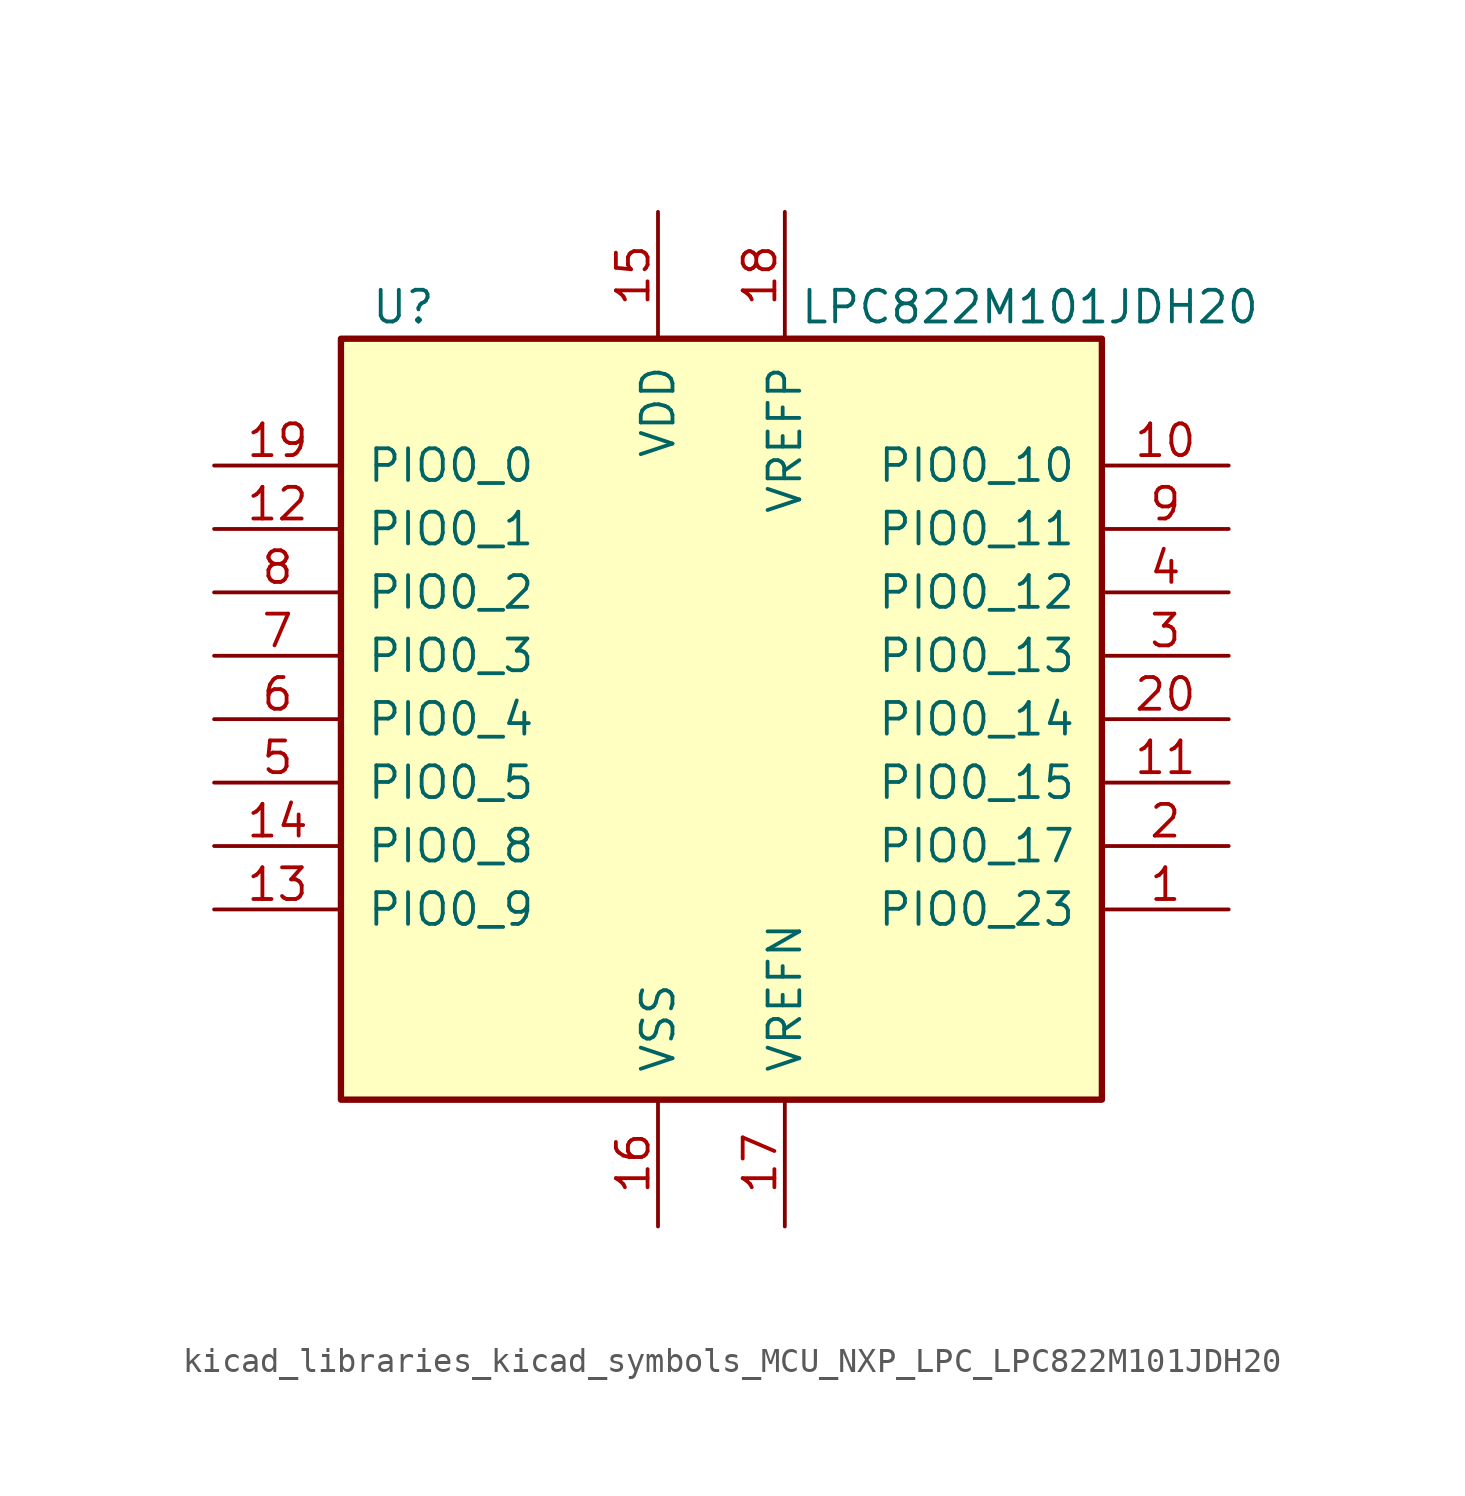
<source format=kicad_sym>
(kicad_symbol_lib
  (version 20220914)
  (generator kicad_symbol_editor)
  (symbol "kicad_libraries_kicad_symbols_MCU_NXP_LPC_LPC822M101JDH20"
    (pin_names
      (offset 1.016))
    (property "Reference" "U"
      (at -11.43 16.51 0)
      (effects (font (size 1.27 1.27)) (justify right)))
    (property "Value" "LPC822M101JDH20"
      (at 21.59 16.51 0)
      (effects (font (size 1.27 1.27)) (justify right)))
    (symbol "kicad_libraries_kicad_symbols_MCU_NXP_LPC_LPC822M101JDH20_0_1"
      (rectangle (start -15.24 15.24) (end 15.24 -15.24) (stroke (width 0.254) (type default)) (fill (type background))))
    (symbol "kicad_libraries_kicad_symbols_MCU_NXP_LPC_LPC822M101JDH20_1_1"
      (pin bidirectional line (at 20.32 -7.62 180) (length 5.08) (name "PIO0_23" (effects (font (size 1.27 1.27)))) (number "1" (effects (font (size 1.27 1.27)))))
      (pin bidirectional line (at 20.32 10.16 180) (length 5.08) (name "PIO0_10" (effects (font (size 1.27 1.27)))) (number "10" (effects (font (size 1.27 1.27)))))
      (pin bidirectional line (at 20.32 -2.54 180) (length 5.08) (name "PIO0_15" (effects (font (size 1.27 1.27)))) (number "11" (effects (font (size 1.27 1.27)))))
      (pin bidirectional line (at -20.32 7.62 0) (length 5.08) (name "PIO0_1" (effects (font (size 1.27 1.27)))) (number "12" (effects (font (size 1.27 1.27)))))
      (pin bidirectional line (at -20.32 -7.62 0) (length 5.08) (name "PIO0_9" (effects (font (size 1.27 1.27)))) (number "13" (effects (font (size 1.27 1.27)))))
      (pin bidirectional line (at -20.32 -5.08 0) (length 5.08) (name "PIO0_8" (effects (font (size 1.27 1.27)))) (number "14" (effects (font (size 1.27 1.27)))))
      (pin power_in line (at -2.54 20.32 270) (length 5.08) (name "VDD" (effects (font (size 1.27 1.27)))) (number "15" (effects (font (size 1.27 1.27)))))
      (pin power_in line (at -2.54 -20.32 90) (length 5.08) (name "VSS" (effects (font (size 1.27 1.27)))) (number "16" (effects (font (size 1.27 1.27)))))
      (pin power_in line (at 2.54 -20.32 90) (length 5.08) (name "VREFN" (effects (font (size 1.27 1.27)))) (number "17" (effects (font (size 1.27 1.27)))))
      (pin power_in line (at 2.54 20.32 270) (length 5.08) (name "VREFP" (effects (font (size 1.27 1.27)))) (number "18" (effects (font (size 1.27 1.27)))))
      (pin bidirectional line (at -20.32 10.16 0) (length 5.08) (name "PIO0_0" (effects (font (size 1.27 1.27)))) (number "19" (effects (font (size 1.27 1.27)))))
      (pin bidirectional line (at 20.32 -5.08 180) (length 5.08) (name "PIO0_17" (effects (font (size 1.27 1.27)))) (number "2" (effects (font (size 1.27 1.27)))))
      (pin bidirectional line (at 20.32 0 180) (length 5.08) (name "PIO0_14" (effects (font (size 1.27 1.27)))) (number "20" (effects (font (size 1.27 1.27)))))
      (pin bidirectional line (at 20.32 2.54 180) (length 5.08) (name "PIO0_13" (effects (font (size 1.27 1.27)))) (number "3" (effects (font (size 1.27 1.27)))))
      (pin bidirectional line (at 20.32 5.08 180) (length 5.08) (name "PIO0_12" (effects (font (size 1.27 1.27)))) (number "4" (effects (font (size 1.27 1.27)))))
      (pin bidirectional line (at -20.32 -2.54 0) (length 5.08) (name "PIO0_5" (effects (font (size 1.27 1.27)))) (number "5" (effects (font (size 1.27 1.27)))))
      (pin bidirectional line (at -20.32 0 0) (length 5.08) (name "PIO0_4" (effects (font (size 1.27 1.27)))) (number "6" (effects (font (size 1.27 1.27)))))
      (pin bidirectional line (at -20.32 2.54 0) (length 5.08) (name "PIO0_3" (effects (font (size 1.27 1.27)))) (number "7" (effects (font (size 1.27 1.27)))))
      (pin bidirectional line (at -20.32 5.08 0) (length 5.08) (name "PIO0_2" (effects (font (size 1.27 1.27)))) (number "8" (effects (font (size 1.27 1.27)))))
      (pin bidirectional line (at 20.32 7.62 180) (length 5.08) (name "PIO0_11" (effects (font (size 1.27 1.27)))) (number "9" (effects (font (size 1.27 1.27))))))))
</source>
